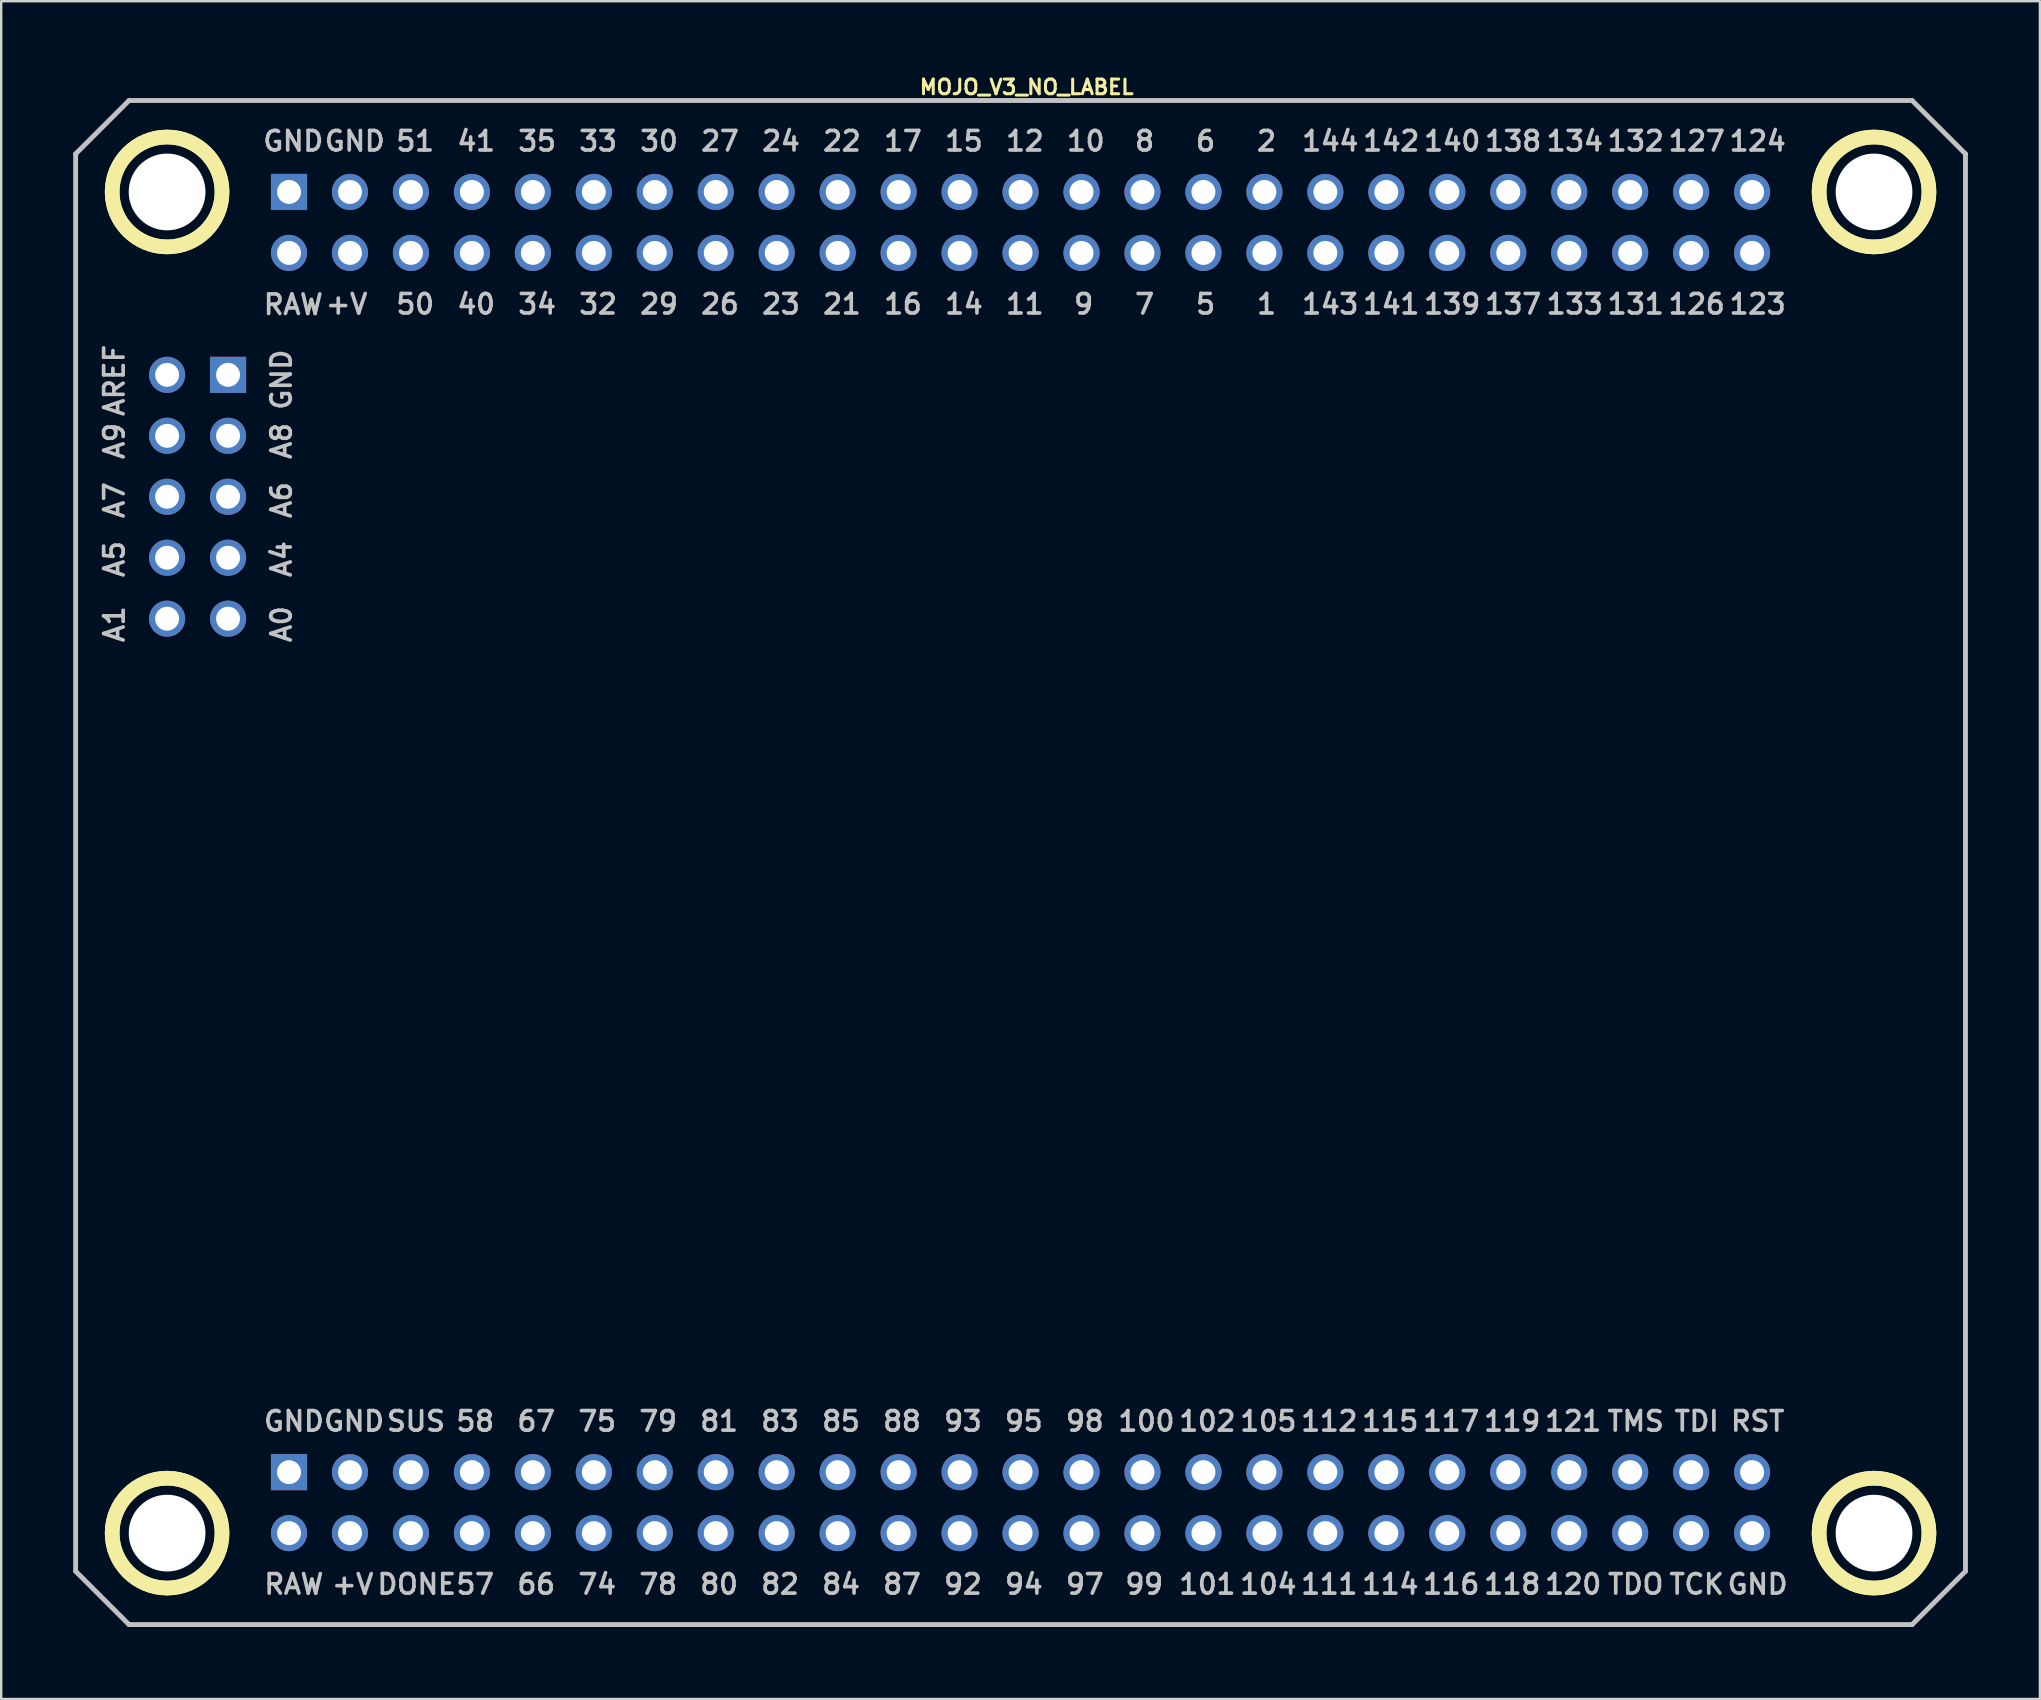
<source format=kicad_pcb>
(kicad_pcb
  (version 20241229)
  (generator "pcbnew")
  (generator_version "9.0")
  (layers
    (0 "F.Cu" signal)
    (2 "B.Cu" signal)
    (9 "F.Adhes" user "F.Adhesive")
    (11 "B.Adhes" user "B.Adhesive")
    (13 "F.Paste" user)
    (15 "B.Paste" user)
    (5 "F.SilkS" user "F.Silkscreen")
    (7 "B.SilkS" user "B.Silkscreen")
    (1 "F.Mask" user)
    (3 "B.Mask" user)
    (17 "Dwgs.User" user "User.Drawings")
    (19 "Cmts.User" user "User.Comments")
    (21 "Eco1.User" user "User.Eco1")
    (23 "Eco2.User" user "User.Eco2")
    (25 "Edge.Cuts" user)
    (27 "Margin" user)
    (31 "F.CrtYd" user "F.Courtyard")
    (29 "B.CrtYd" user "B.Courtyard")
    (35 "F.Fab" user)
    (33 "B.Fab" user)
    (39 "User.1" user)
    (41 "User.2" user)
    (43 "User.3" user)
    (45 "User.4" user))
  (footprint "MOJO_V3_NO_LABEL"
    (layer "F.Cu")
    (at 38.202 34.158)
    (property "Reference" "MOJO_V3_NO_LABEL" (at 1.524 -33.579 0) (layer "F.SilkS") (effects (font (size 0.61 0.61) (thickness 0.127))))
    (attr exclude_from_pos_files exclude_from_bom)
    (fp_circle (center -34.29 -29.21) (end -34.29 -31.499) (stroke (width 0.61) (type solid)) (fill no) (layer "F.SilkS"))
    (fp_circle (center -34.29 -29.21) (end -34.29 -31.499) (stroke (width 0.61) (type solid)) (fill no) (layer "F.SilkS"))
    (fp_circle (center -34.29 26.67) (end -34.29 24.381) (stroke (width 0.61) (type solid)) (fill no) (layer "F.SilkS"))
    (fp_circle (center -34.29 26.67) (end -34.29 24.381) (stroke (width 0.61) (type solid)) (fill no) (layer "F.SilkS"))
    (fp_circle (center 36.83 -29.21) (end 36.83 -31.499) (stroke (width 0.61) (type solid)) (fill no) (layer "F.SilkS"))
    (fp_circle (center 36.83 -29.21) (end 36.83 -31.499) (stroke (width 0.61) (type solid)) (fill no) (layer "F.SilkS"))
    (fp_circle (center 36.83 26.67) (end 36.83 24.381) (stroke (width 0.61) (type solid)) (fill no) (layer "F.SilkS"))
    (fp_circle (center 36.83 26.67) (end 36.83 24.381) (stroke (width 0.61) (type solid)) (fill no) (layer "F.SilkS"))
    (fp_line (start -38.1 -30.797) (end -38.1 28.258) (stroke (width 0.203) (type solid)) (layer "Dwgs.User"))
    (fp_line (start -38.1 28.258) (end -35.877 30.48) (stroke (width 0.203) (type solid)) (layer "Dwgs.User"))
    (fp_line (start -35.877 -33.02) (end -38.1 -30.797) (stroke (width 0.203) (type solid)) (layer "Dwgs.User"))
    (fp_line (start -35.877 30.48) (end 38.417 30.48) (stroke (width 0.203) (type solid)) (layer "Dwgs.User"))
    (fp_line (start 38.417 -33.02) (end -35.877 -33.02) (stroke (width 0.203) (type solid)) (layer "Dwgs.User"))
    (fp_line (start 38.417 30.48) (end 40.64 28.258) (stroke (width 0.203) (type solid)) (layer "Dwgs.User"))
    (fp_line (start 40.64 -30.797) (end 38.417 -33.02) (stroke (width 0.203) (type solid)) (layer "Dwgs.User"))
    (fp_line (start 40.64 28.258) (end 40.64 -30.797) (stroke (width 0.203) (type solid)) (layer "Dwgs.User"))
    (fp_text user "A5" (at -36.49 -13.912 270) (layer "Dwgs.User") (effects (font (size 0.813 0.813) (thickness 0.152))))
    (fp_text user "95" (at 1.407 22.009 0) (layer "Dwgs.User") (effects (font (size 0.813 0.813) (thickness 0.152))))
    (fp_text user "A6" (at -29.527 -16.37 270) (layer "Dwgs.User") (effects (font (size 0.813 0.813) (thickness 0.152))))
    (fp_text user "TDI" (at 29.441 22.009 0) (layer "Dwgs.User") (effects (font (size 0.813 0.813) (thickness 0.152))))
    (fp_text user "143" (at 14.173 -24.536 0) (layer "Dwgs.User") (effects (font (size 0.813 0.813) (thickness 0.152))))
    (fp_text user "21" (at -6.172 -24.536 0) (layer "Dwgs.User") (effects (font (size 0.813 0.813) (thickness 0.152))))
    (fp_text user "67" (at -18.91 22.009 0) (layer "Dwgs.User") (effects (font (size 0.813 0.813) (thickness 0.152))))
    (fp_text user "84" (at -6.21 28.801 0) (layer "Dwgs.User") (effects (font (size 0.813 0.813) (thickness 0.152))))
    (fp_text user "81" (at -11.29 22.009 0) (layer "Dwgs.User") (effects (font (size 0.813 0.813) (thickness 0.152))))
    (fp_text user "66" (at -18.91 28.801 0) (layer "Dwgs.User") (effects (font (size 0.813 0.813) (thickness 0.152))))
    (fp_text user "1" (at 11.519 -24.536 0) (layer "Dwgs.User") (effects (font (size 0.813 0.813) (thickness 0.152))))
    (fp_text user "GND" (at -29.004 22.009 0) (layer "Dwgs.User") (effects (font (size 0.813 0.813) (thickness 0.152))))
    (fp_text user "2" (at 11.519 -31.328 0) (layer "Dwgs.User") (effects (font (size 0.813 0.813) (thickness 0.152))))
    (fp_text user "134" (at 24.361 -31.328 0) (layer "Dwgs.User") (effects (font (size 0.813 0.813) (thickness 0.152))))
    (fp_text user "7" (at 6.439 -24.536 0) (layer "Dwgs.User") (effects (font (size 0.813 0.813) (thickness 0.152))))
    (fp_text user "A1" (at -36.49 -11.201 270) (layer "Dwgs.User") (effects (font (size 0.813 0.813) (thickness 0.152))))
    (fp_text user "123" (at 31.981 -24.536 0) (layer "Dwgs.User") (effects (font (size 0.813 0.813) (thickness 0.152))))
    (fp_text user "A8" (at -29.527 -18.832 270) (layer "Dwgs.User") (effects (font (size 0.813 0.813) (thickness 0.152))))
    (fp_text user "12" (at 1.448 -31.328 0) (layer "Dwgs.User") (effects (font (size 0.813 0.813) (thickness 0.152))))
    (fp_text user "51" (at -23.952 -31.328 0) (layer "Dwgs.User") (effects (font (size 0.813 0.813) (thickness 0.152))))
    (fp_text user "140" (at 19.253 -31.328 0) (layer "Dwgs.User") (effects (font (size 0.813 0.813) (thickness 0.152))))
    (fp_text user "GND" (at -29.527 -21.389 270) (layer "Dwgs.User") (effects (font (size 0.813 0.813) (thickness 0.152))))
    (fp_text user "30" (at -13.792 -31.328 0) (layer "Dwgs.User") (effects (font (size 0.813 0.813) (thickness 0.152))))
    (fp_text user "114" (at 16.673 28.801 0) (layer "Dwgs.User") (effects (font (size 0.813 0.813) (thickness 0.152))))
    (fp_text user "112" (at 14.133 22.009 0) (layer "Dwgs.User") (effects (font (size 0.813 0.813) (thickness 0.152))))
    (fp_text user "DONE" (at -23.889 28.801 0) (layer "Dwgs.User") (effects (font (size 0.813 0.813) (thickness 0.152))))
    (fp_text user "RAW" (at -29.032 -24.516 0) (layer "Dwgs.User") (effects (font (size 0.813 0.813) (thickness 0.152))))
    (fp_text user "137" (at 21.793 -24.536 0) (layer "Dwgs.User") (effects (font (size 0.813 0.813) (thickness 0.152))))
    (fp_text user "127" (at 29.441 -31.328 0) (layer "Dwgs.User") (effects (font (size 0.813 0.813) (thickness 0.152))))
    (fp_text user "50" (at -23.952 -24.536 0) (layer "Dwgs.User") (effects (font (size 0.813 0.813) (thickness 0.152))))
    (fp_text user "AREF" (at -36.49 -21.359 270) (layer "Dwgs.User") (effects (font (size 0.813 0.813) (thickness 0.152))))
    (fp_text user "+V" (at -26.558 28.801 0) (layer "Dwgs.User") (effects (font (size 0.813 0.813) (thickness 0.152))))
    (fp_text user "93" (at -1.13 22.009 0) (layer "Dwgs.User") (effects (font (size 0.813 0.813) (thickness 0.152))))
    (fp_text user "GND" (at -29.032 -31.328 0) (layer "Dwgs.User") (effects (font (size 0.813 0.813) (thickness 0.152))))
    (fp_text user "141" (at 16.713 -24.536 0) (layer "Dwgs.User") (effects (font (size 0.813 0.813) (thickness 0.152))))
    (fp_text user "GND" (at -26.469 -31.328 0) (layer "Dwgs.User") (effects (font (size 0.813 0.813) (thickness 0.152))))
    (fp_text user "94" (at 1.407 28.801 0) (layer "Dwgs.User") (effects (font (size 0.813 0.813) (thickness 0.152))))
    (fp_text user "29" (at -13.792 -24.536 0) (layer "Dwgs.User") (effects (font (size 0.813 0.813) (thickness 0.152))))
    (fp_text user "82" (at -8.75 28.801 0) (layer "Dwgs.User") (effects (font (size 0.813 0.813) (thickness 0.152))))
    (fp_text user "57" (at -21.45 28.801 0) (layer "Dwgs.User") (effects (font (size 0.813 0.813) (thickness 0.152))))
    (fp_text user "80" (at -11.29 28.801 0) (layer "Dwgs.User") (effects (font (size 0.813 0.813) (thickness 0.152))))
    (fp_text user "115" (at 16.673 22.009 0) (layer "Dwgs.User") (effects (font (size 0.813 0.813) (thickness 0.152))))
    (fp_text user "6" (at 8.979 -31.328 0) (layer "Dwgs.User") (effects (font (size 0.813 0.813) (thickness 0.152))))
    (fp_text user "101" (at 9.053 28.801 0) (layer "Dwgs.User") (effects (font (size 0.813 0.813) (thickness 0.152))))
    (fp_text user "22" (at -6.172 -31.328 0) (layer "Dwgs.User") (effects (font (size 0.813 0.813) (thickness 0.152))))
    (fp_text user "87" (at -3.67 28.801 0) (layer "Dwgs.User") (effects (font (size 0.813 0.813) (thickness 0.152))))
    (fp_text user "10" (at 3.988 -31.328 0) (layer "Dwgs.User") (effects (font (size 0.813 0.813) (thickness 0.152))))
    (fp_text user "+V" (at -26.81 -24.536 0) (layer "Dwgs.User") (effects (font (size 0.813 0.813) (thickness 0.152))))
    (fp_text user "41" (at -21.412 -31.328 0) (layer "Dwgs.User") (effects (font (size 0.813 0.813) (thickness 0.152))))
    (fp_text user "SUS" (at -23.919 22.009 0) (layer "Dwgs.User") (effects (font (size 0.813 0.813) (thickness 0.152))))
    (fp_text user "97" (at 3.947 28.801 0) (layer "Dwgs.User") (effects (font (size 0.813 0.813) (thickness 0.152))))
    (fp_text user "144" (at 14.173 -31.328 0) (layer "Dwgs.User") (effects (font (size 0.813 0.813) (thickness 0.152))))
    (fp_text user "11" (at 1.448 -24.536 0) (layer "Dwgs.User") (effects (font (size 0.813 0.813) (thickness 0.152))))
    (fp_text user "9" (at 3.899 -24.536 0) (layer "Dwgs.User") (effects (font (size 0.813 0.813) (thickness 0.152))))
    (fp_text user "27" (at -11.252 -31.328 0) (layer "Dwgs.User") (effects (font (size 0.813 0.813) (thickness 0.152))))
    (fp_text user "15" (at -1.09 -31.328 0) (layer "Dwgs.User") (effects (font (size 0.813 0.813) (thickness 0.152))))
    (fp_text user "120" (at 24.293 28.801 0) (layer "Dwgs.User") (effects (font (size 0.813 0.813) (thickness 0.152))))
    (fp_text user "26" (at -11.252 -24.536 0) (layer "Dwgs.User") (effects (font (size 0.813 0.813) (thickness 0.152))))
    (fp_text user "78" (at -13.83 28.801 0) (layer "Dwgs.User") (effects (font (size 0.813 0.813) (thickness 0.152))))
    (fp_text user "33" (at -16.332 -31.328 0) (layer "Dwgs.User") (effects (font (size 0.813 0.813) (thickness 0.152))))
    (fp_text user "126" (at 29.441 -24.536 0) (layer "Dwgs.User") (effects (font (size 0.813 0.813) (thickness 0.152))))
    (fp_text user "74" (at -16.37 28.801 0) (layer "Dwgs.User") (effects (font (size 0.813 0.813) (thickness 0.152))))
    (fp_text user "98" (at 3.947 22.009 0) (layer "Dwgs.User") (effects (font (size 0.813 0.813) (thickness 0.152))))
    (fp_text user "A0" (at -29.527 -11.201 270) (layer "Dwgs.User") (effects (font (size 0.813 0.813) (thickness 0.152))))
    (fp_text user "TMS" (at 26.901 22.009 0) (layer "Dwgs.User") (effects (font (size 0.813 0.813) (thickness 0.152))))
    (fp_text user "8" (at 6.439 -31.328 0) (layer "Dwgs.User") (effects (font (size 0.813 0.813) (thickness 0.152))))
    (fp_text user "83" (at -8.75 22.009 0) (layer "Dwgs.User") (effects (font (size 0.813 0.813) (thickness 0.152))))
    (fp_text user "139" (at 19.253 -24.536 0) (layer "Dwgs.User") (effects (font (size 0.813 0.813) (thickness 0.152))))
    (fp_text user "105" (at 11.593 22.009 0) (layer "Dwgs.User") (effects (font (size 0.813 0.813) (thickness 0.152))))
    (fp_text user "88" (at -3.67 22.009 0) (layer "Dwgs.User") (effects (font (size 0.813 0.813) (thickness 0.152))))
    (fp_text user "40" (at -21.412 -24.536 0) (layer "Dwgs.User") (effects (font (size 0.813 0.813) (thickness 0.152))))
    (fp_text user "17" (at -3.63 -31.328 0) (layer "Dwgs.User") (effects (font (size 0.813 0.813) (thickness 0.152))))
    (fp_text user "14" (at -1.09 -24.536 0) (layer "Dwgs.User") (effects (font (size 0.813 0.813) (thickness 0.152))))
    (fp_text user "24" (at -8.712 -31.328 0) (layer "Dwgs.User") (effects (font (size 0.813 0.813) (thickness 0.152))))
    (fp_text user "A7" (at -36.49 -16.37 270) (layer "Dwgs.User") (effects (font (size 0.813 0.813) (thickness 0.152))))
    (fp_text user "32" (at -16.332 -24.536 0) (layer "Dwgs.User") (effects (font (size 0.813 0.813) (thickness 0.152))))
    (fp_text user "121" (at 24.293 22.009 0) (layer "Dwgs.User") (effects (font (size 0.813 0.813) (thickness 0.152))))
    (fp_text user "A4" (at -29.527 -13.912 270) (layer "Dwgs.User") (effects (font (size 0.813 0.813) (thickness 0.152))))
    (fp_text user "124" (at 31.981 -31.328 0) (layer "Dwgs.User") (effects (font (size 0.813 0.813) (thickness 0.152))))
    (fp_text user "23" (at -8.712 -24.536 0) (layer "Dwgs.User") (effects (font (size 0.813 0.813) (thickness 0.152))))
    (fp_text user "100" (at 6.513 22.009 0) (layer "Dwgs.User") (effects (font (size 0.813 0.813) (thickness 0.152))))
    (fp_text user "34" (at -18.872 -24.536 0) (layer "Dwgs.User") (effects (font (size 0.813 0.813) (thickness 0.152))))
    (fp_text user "92" (at -1.13 28.801 0) (layer "Dwgs.User") (effects (font (size 0.813 0.813) (thickness 0.152))))
    (fp_text user "116" (at 19.213 28.801 0) (layer "Dwgs.User") (effects (font (size 0.813 0.813) (thickness 0.152))))
    (fp_text user "142" (at 16.713 -31.328 0) (layer "Dwgs.User") (effects (font (size 0.813 0.813) (thickness 0.152))))
    (fp_text user "111" (at 14.133 28.801 0) (layer "Dwgs.User") (effects (font (size 0.813 0.813) (thickness 0.152))))
    (fp_text user "102" (at 9.053 22.009 0) (layer "Dwgs.User") (effects (font (size 0.813 0.813) (thickness 0.152))))
    (fp_text user "5" (at 8.979 -24.536 0) (layer "Dwgs.User") (effects (font (size 0.813 0.813) (thickness 0.152))))
    (fp_text user "RAW" (at -29.009 28.801 0) (layer "Dwgs.User") (effects (font (size 0.813 0.813) (thickness 0.152))))
    (fp_text user "TDO" (at 26.901 28.801 0) (layer "Dwgs.User") (effects (font (size 0.813 0.813) (thickness 0.152))))
    (fp_text user "A9" (at -36.49 -18.832 270) (layer "Dwgs.User") (effects (font (size 0.813 0.813) (thickness 0.152))))
    (fp_text user "99" (at 6.424 28.801 0) (layer "Dwgs.User") (effects (font (size 0.813 0.813) (thickness 0.152))))
    (fp_text user "104" (at 11.593 28.801 0) (layer "Dwgs.User") (effects (font (size 0.813 0.813) (thickness 0.152))))
    (fp_text user "79" (at -13.83 22.009 0) (layer "Dwgs.User") (effects (font (size 0.813 0.813) (thickness 0.152))))
    (fp_text user "117" (at 19.213 22.009 0) (layer "Dwgs.User") (effects (font (size 0.813 0.813) (thickness 0.152))))
    (fp_text user "75" (at -16.37 22.009 0) (layer "Dwgs.User") (effects (font (size 0.813 0.813) (thickness 0.152))))
    (fp_text user "GND" (at -26.497 22.009 0) (layer "Dwgs.User") (effects (font (size 0.813 0.813) (thickness 0.152))))
    (fp_text user "119" (at 21.753 22.009 0) (layer "Dwgs.User") (effects (font (size 0.813 0.813) (thickness 0.152))))
    (fp_text user "GND" (at 31.981 28.801 0) (layer "Dwgs.User") (effects (font (size 0.813 0.813) (thickness 0.152))))
    (fp_text user "85" (at -6.21 22.009 0) (layer "Dwgs.User") (effects (font (size 0.813 0.813) (thickness 0.152))))
    (fp_text user "58" (at -21.45 22.009 0) (layer "Dwgs.User") (effects (font (size 0.813 0.813) (thickness 0.152))))
    (fp_text user "131" (at 26.901 -24.536 0) (layer "Dwgs.User") (effects (font (size 0.813 0.813) (thickness 0.152))))
    (fp_text user "133" (at 24.361 -24.536 0) (layer "Dwgs.User") (effects (font (size 0.813 0.813) (thickness 0.152))))
    (fp_text user "TCK" (at 29.441 28.801 0) (layer "Dwgs.User") (effects (font (size 0.813 0.813) (thickness 0.152))))
    (fp_text user "118" (at 21.753 28.801 0) (layer "Dwgs.User") (effects (font (size 0.813 0.813) (thickness 0.152))))
    (fp_text user "138" (at 21.793 -31.328 0) (layer "Dwgs.User") (effects (font (size 0.813 0.813) (thickness 0.152))))
    (fp_text user "RST" (at 31.981 22.009 0) (layer "Dwgs.User") (effects (font (size 0.813 0.813) (thickness 0.152))))
    (fp_text user "16" (at -3.63 -24.536 0) (layer "Dwgs.User") (effects (font (size 0.813 0.813) (thickness 0.152))))
    (fp_text user "35" (at -18.872 -31.328 0) (layer "Dwgs.User") (effects (font (size 0.813 0.813) (thickness 0.152))))
    (fp_text user "132" (at 26.901 -31.328 0) (layer "Dwgs.User") (effects (font (size 0.813 0.813) (thickness 0.152))))
    (pad "" np_thru_hole circle (at -34.29 -29.21) (size 3.198 3.198) (drill 3.198) (layers "*.Cu" "*.Mask"))
    (pad "" np_thru_hole circle (at -34.29 26.67) (size 3.198 3.198) (drill 3.198) (layers "*.Cu" "*.Mask"))
    (pad "" np_thru_hole circle (at 36.83 -29.21) (size 3.198 3.198) (drill 3.198) (layers "*.Cu" "*.Mask"))
    (pad "" np_thru_hole circle (at 36.83 26.67) (size 3.198 3.198) (drill 3.198) (layers "*.Cu" "*.Mask"))
    (pad "1" thru_hole circle (at 11.43 -26.67) (size 1.506 1.506) (drill 0.998) (layers "*.Cu" "*.Paste" "*.Mask"))
    (pad "2" thru_hole circle (at 11.43 -29.21) (size 1.506 1.506) (drill 0.998) (layers "*.Cu" "*.Paste" "*.Mask"))
    (pad "5" thru_hole circle (at 8.89 -26.67) (size 1.506 1.506) (drill 0.998) (layers "*.Cu" "*.Paste" "*.Mask"))
    (pad "6" thru_hole circle (at 8.89 -29.21) (size 1.506 1.506) (drill 0.998) (layers "*.Cu" "*.Paste" "*.Mask"))
    (pad "7" thru_hole circle (at 6.35 -26.67) (size 1.506 1.506) (drill 0.998) (layers "*.Cu" "*.Paste" "*.Mask"))
    (pad "8" thru_hole circle (at 6.35 -29.21) (size 1.506 1.506) (drill 0.998) (layers "*.Cu" "*.Paste" "*.Mask"))
    (pad "9" thru_hole circle (at 3.81 -26.67) (size 1.506 1.506) (drill 0.998) (layers "*.Cu" "*.Paste" "*.Mask"))
    (pad "10" thru_hole circle (at 3.81 -29.21) (size 1.506 1.506) (drill 0.998) (layers "*.Cu" "*.Paste" "*.Mask"))
    (pad "11" thru_hole circle (at 1.27 -26.67) (size 1.506 1.506) (drill 0.998) (layers "*.Cu" "*.Paste" "*.Mask"))
    (pad "12" thru_hole circle (at 1.27 -29.21) (size 1.506 1.506) (drill 0.998) (layers "*.Cu" "*.Paste" "*.Mask"))
    (pad "14" thru_hole circle (at -1.27 -26.67) (size 1.506 1.506) (drill 0.998) (layers "*.Cu" "*.Paste" "*.Mask"))
    (pad "15" thru_hole circle (at -1.27 -29.21) (size 1.506 1.506) (drill 0.998) (layers "*.Cu" "*.Paste" "*.Mask"))
    (pad "16" thru_hole circle (at -3.81 -26.67) (size 1.506 1.506) (drill 0.998) (layers "*.Cu" "*.Paste" "*.Mask"))
    (pad "17" thru_hole circle (at -3.81 -29.21) (size 1.506 1.506) (drill 0.998) (layers "*.Cu" "*.Paste" "*.Mask"))
    (pad "21" thru_hole circle (at -6.35 -26.67) (size 1.506 1.506) (drill 0.998) (layers "*.Cu" "*.Paste" "*.Mask"))
    (pad "22" thru_hole circle (at -6.35 -29.21) (size 1.506 1.506) (drill 0.998) (layers "*.Cu" "*.Paste" "*.Mask"))
    (pad "23" thru_hole circle (at -8.89 -26.67) (size 1.506 1.506) (drill 0.998) (layers "*.Cu" "*.Paste" "*.Mask"))
    (pad "24" thru_hole circle (at -8.89 -29.21) (size 1.506 1.506) (drill 0.998) (layers "*.Cu" "*.Paste" "*.Mask"))
    (pad "26" thru_hole circle (at -11.43 -26.67) (size 1.506 1.506) (drill 0.998) (layers "*.Cu" "*.Paste" "*.Mask"))
    (pad "27" thru_hole circle (at -11.43 -29.21) (size 1.506 1.506) (drill 0.998) (layers "*.Cu" "*.Paste" "*.Mask"))
    (pad "29" thru_hole circle (at -13.97 -26.67) (size 1.506 1.506) (drill 0.998) (layers "*.Cu" "*.Paste" "*.Mask"))
    (pad "30" thru_hole circle (at -13.97 -29.21) (size 1.506 1.506) (drill 0.998) (layers "*.Cu" "*.Paste" "*.Mask"))
    (pad "32" thru_hole circle (at -16.51 -26.67) (size 1.506 1.506) (drill 0.998) (layers "*.Cu" "*.Paste" "*.Mask"))
    (pad "33" thru_hole circle (at -16.51 -29.21) (size 1.506 1.506) (drill 0.998) (layers "*.Cu" "*.Paste" "*.Mask"))
    (pad "34" thru_hole circle (at -19.05 -26.67) (size 1.506 1.506) (drill 0.998) (layers "*.Cu" "*.Paste" "*.Mask"))
    (pad "35" thru_hole circle (at -19.05 -29.21) (size 1.506 1.506) (drill 0.998) (layers "*.Cu" "*.Paste" "*.Mask"))
    (pad "40" thru_hole circle (at -21.59 -26.67) (size 1.506 1.506) (drill 0.998) (layers "*.Cu" "*.Paste" "*.Mask"))
    (pad "41" thru_hole circle (at -21.59 -29.21) (size 1.506 1.506) (drill 0.998) (layers "*.Cu" "*.Paste" "*.Mask"))
    (pad "50" thru_hole circle (at -24.13 -26.67) (size 1.506 1.506) (drill 0.998) (layers "*.Cu" "*.Paste" "*.Mask"))
    (pad "51" thru_hole circle (at -24.13 -29.21) (size 1.506 1.506) (drill 0.998) (layers "*.Cu" "*.Paste" "*.Mask"))
    (pad "57" thru_hole circle (at -21.59 26.67) (size 1.506 1.506) (drill 0.998) (layers "*.Cu" "*.Paste" "*.Mask"))
    (pad "58" thru_hole circle (at -21.59 24.13) (size 1.506 1.506) (drill 0.998) (layers "*.Cu" "*.Paste" "*.Mask"))
    (pad "66" thru_hole circle (at -19.05 26.67) (size 1.506 1.506) (drill 0.998) (layers "*.Cu" "*.Paste" "*.Mask"))
    (pad "67" thru_hole circle (at -19.05 24.13) (size 1.506 1.506) (drill 0.998) (layers "*.Cu" "*.Paste" "*.Mask"))
    (pad "74" thru_hole circle (at -16.51 26.67) (size 1.506 1.506) (drill 0.998) (layers "*.Cu" "*.Paste" "*.Mask"))
    (pad "75" thru_hole circle (at -16.51 24.13) (size 1.506 1.506) (drill 0.998) (layers "*.Cu" "*.Paste" "*.Mask"))
    (pad "78" thru_hole circle (at -13.97 26.67) (size 1.506 1.506) (drill 0.998) (layers "*.Cu" "*.Paste" "*.Mask"))
    (pad "79" thru_hole circle (at -13.97 24.13) (size 1.506 1.506) (drill 0.998) (layers "*.Cu" "*.Paste" "*.Mask"))
    (pad "80" thru_hole circle (at -11.43 26.67) (size 1.506 1.506) (drill 0.998) (layers "*.Cu" "*.Paste" "*.Mask"))
    (pad "81" thru_hole circle (at -11.43 24.13) (size 1.506 1.506) (drill 0.998) (layers "*.Cu" "*.Paste" "*.Mask"))
    (pad "82" thru_hole circle (at -8.89 26.67) (size 1.506 1.506) (drill 0.998) (layers "*.Cu" "*.Paste" "*.Mask"))
    (pad "83" thru_hole circle (at -8.89 24.13) (size 1.506 1.506) (drill 0.998) (layers "*.Cu" "*.Paste" "*.Mask"))
    (pad "84" thru_hole circle (at -6.35 26.67) (size 1.506 1.506) (drill 0.998) (layers "*.Cu" "*.Paste" "*.Mask"))
    (pad "85" thru_hole circle (at -6.35 24.13) (size 1.506 1.506) (drill 0.998) (layers "*.Cu" "*.Paste" "*.Mask"))
    (pad "87" thru_hole circle (at -3.81 26.67) (size 1.506 1.506) (drill 0.998) (layers "*.Cu" "*.Paste" "*.Mask"))
    (pad "88" thru_hole circle (at -3.81 24.13) (size 1.506 1.506) (drill 0.998) (layers "*.Cu" "*.Paste" "*.Mask"))
    (pad "92" thru_hole circle (at -1.27 26.67) (size 1.506 1.506) (drill 0.998) (layers "*.Cu" "*.Paste" "*.Mask"))
    (pad "93" thru_hole circle (at -1.27 24.13) (size 1.506 1.506) (drill 0.998) (layers "*.Cu" "*.Paste" "*.Mask"))
    (pad "94" thru_hole circle (at 1.27 26.67) (size 1.506 1.506) (drill 0.998) (layers "*.Cu" "*.Paste" "*.Mask"))
    (pad "95" thru_hole circle (at 1.27 24.13) (size 1.506 1.506) (drill 0.998) (layers "*.Cu" "*.Paste" "*.Mask"))
    (pad "97" thru_hole circle (at 3.81 26.67) (size 1.506 1.506) (drill 0.998) (layers "*.Cu" "*.Paste" "*.Mask"))
    (pad "98" thru_hole circle (at 3.81 24.13) (size 1.506 1.506) (drill 0.998) (layers "*.Cu" "*.Paste" "*.Mask"))
    (pad "99" thru_hole circle (at 6.35 26.67) (size 1.506 1.506) (drill 0.998) (layers "*.Cu" "*.Paste" "*.Mask"))
    (pad "100" thru_hole circle (at 6.35 24.13) (size 1.506 1.506) (drill 0.998) (layers "*.Cu" "*.Paste" "*.Mask"))
    (pad "101" thru_hole circle (at 8.89 26.67) (size 1.506 1.506) (drill 0.998) (layers "*.Cu" "*.Paste" "*.Mask"))
    (pad "102" thru_hole circle (at 8.89 24.13) (size 1.506 1.506) (drill 0.998) (layers "*.Cu" "*.Paste" "*.Mask"))
    (pad "104" thru_hole circle (at 11.43 26.67) (size 1.506 1.506) (drill 0.998) (layers "*.Cu" "*.Paste" "*.Mask"))
    (pad "105" thru_hole circle (at 11.43 24.13) (size 1.506 1.506) (drill 0.998) (layers "*.Cu" "*.Paste" "*.Mask"))
    (pad "111" thru_hole circle (at 13.97 26.67) (size 1.506 1.506) (drill 0.998) (layers "*.Cu" "*.Paste" "*.Mask"))
    (pad "112" thru_hole circle (at 13.97 24.13) (size 1.506 1.506) (drill 0.998) (layers "*.Cu" "*.Paste" "*.Mask"))
    (pad "114" thru_hole circle (at 16.51 26.67) (size 1.506 1.506) (drill 0.998) (layers "*.Cu" "*.Paste" "*.Mask"))
    (pad "115" thru_hole circle (at 16.51 24.13) (size 1.506 1.506) (drill 0.998) (layers "*.Cu" "*.Paste" "*.Mask"))
    (pad "116" thru_hole circle (at 19.05 26.67) (size 1.506 1.506) (drill 0.998) (layers "*.Cu" "*.Paste" "*.Mask"))
    (pad "117" thru_hole circle (at 19.05 24.13) (size 1.506 1.506) (drill 0.998) (layers "*.Cu" "*.Paste" "*.Mask"))
    (pad "118" thru_hole circle (at 21.59 26.67) (size 1.506 1.506) (drill 0.998) (layers "*.Cu" "*.Paste" "*.Mask"))
    (pad "119" thru_hole circle (at 21.59 24.13) (size 1.506 1.506) (drill 0.998) (layers "*.Cu" "*.Paste" "*.Mask"))
    (pad "120" thru_hole circle (at 24.13 26.67) (size 1.506 1.506) (drill 0.998) (layers "*.Cu" "*.Paste" "*.Mask"))
    (pad "121" thru_hole circle (at 24.13 24.13) (size 1.506 1.506) (drill 0.998) (layers "*.Cu" "*.Paste" "*.Mask"))
    (pad "123" thru_hole circle (at 31.75 -26.67) (size 1.506 1.506) (drill 0.998) (layers "*.Cu" "*.Paste" "*.Mask"))
    (pad "124" thru_hole circle (at 31.75 -29.21) (size 1.506 1.506) (drill 0.998) (layers "*.Cu" "*.Paste" "*.Mask"))
    (pad "126" thru_hole circle (at 29.21 -26.67) (size 1.506 1.506) (drill 0.998) (layers "*.Cu" "*.Paste" "*.Mask"))
    (pad "127" thru_hole circle (at 29.21 -29.21) (size 1.506 1.506) (drill 0.998) (layers "*.Cu" "*.Paste" "*.Mask"))
    (pad "131" thru_hole circle (at 26.67 -26.67) (size 1.506 1.506) (drill 0.998) (layers "*.Cu" "*.Paste" "*.Mask"))
    (pad "132" thru_hole circle (at 26.67 -29.21) (size 1.506 1.506) (drill 0.998) (layers "*.Cu" "*.Paste" "*.Mask"))
    (pad "133" thru_hole circle (at 24.13 -26.67) (size 1.506 1.506) (drill 0.998) (layers "*.Cu" "*.Paste" "*.Mask"))
    (pad "134" thru_hole circle (at 24.13 -29.21) (size 1.506 1.506) (drill 0.998) (layers "*.Cu" "*.Paste" "*.Mask"))
    (pad "137" thru_hole circle (at 21.59 -26.67) (size 1.506 1.506) (drill 0.998) (layers "*.Cu" "*.Paste" "*.Mask"))
    (pad "138" thru_hole circle (at 21.59 -29.21) (size 1.506 1.506) (drill 0.998) (layers "*.Cu" "*.Paste" "*.Mask"))
    (pad "139" thru_hole circle (at 19.05 -26.67) (size 1.506 1.506) (drill 0.998) (layers "*.Cu" "*.Paste" "*.Mask"))
    (pad "140" thru_hole circle (at 19.05 -29.21) (size 1.506 1.506) (drill 0.998) (layers "*.Cu" "*.Paste" "*.Mask"))
    (pad "141" thru_hole circle (at 16.51 -26.67) (size 1.506 1.506) (drill 0.998) (layers "*.Cu" "*.Paste" "*.Mask"))
    (pad "142" thru_hole circle (at 16.51 -29.21) (size 1.506 1.506) (drill 0.998) (layers "*.Cu" "*.Paste" "*.Mask"))
    (pad "143" thru_hole circle (at 13.97 -26.67) (size 1.506 1.506) (drill 0.998) (layers "*.Cu" "*.Paste" "*.Mask"))
    (pad "144" thru_hole circle (at 13.97 -29.21) (size 1.506 1.506) (drill 0.998) (layers "*.Cu" "*.Paste" "*.Mask"))
    (pad "A0" thru_hole circle (at -31.75 -11.43) (size 1.506 1.506) (drill 0.998) (layers "*.Cu" "*.Paste" "*.Mask"))
    (pad "A1" thru_hole circle (at -34.29 -11.43) (size 1.506 1.506) (drill 0.998) (layers "*.Cu" "*.Paste" "*.Mask"))
    (pad "A4" thru_hole circle (at -31.75 -13.97) (size 1.506 1.506) (drill 0.998) (layers "*.Cu" "*.Paste" "*.Mask"))
    (pad "A5" thru_hole circle (at -34.29 -13.97) (size 1.506 1.506) (drill 0.998) (layers "*.Cu" "*.Paste" "*.Mask"))
    (pad "A6" thru_hole circle (at -31.75 -16.51) (size 1.506 1.506) (drill 0.998) (layers "*.Cu" "*.Paste" "*.Mask"))
    (pad "A7" thru_hole circle (at -34.29 -16.51) (size 1.506 1.506) (drill 0.998) (layers "*.Cu" "*.Paste" "*.Mask"))
    (pad "A8" thru_hole circle (at -31.75 -19.05) (size 1.506 1.506) (drill 0.998) (layers "*.Cu" "*.Paste" "*.Mask"))
    (pad "A9" thru_hole circle (at -34.29 -19.05) (size 1.506 1.506) (drill 0.998) (layers "*.Cu" "*.Paste" "*.Mask"))
    (pad "AREF" thru_hole circle (at -34.29 -21.59) (size 1.506 1.506) (drill 0.998) (layers "*.Cu" "*.Paste" "*.Mask"))
    (pad "DONE" thru_hole circle (at -24.13 26.67) (size 1.506 1.506) (drill 0.998) (layers "*.Cu" "*.Paste" "*.Mask"))
    (pad "GND@" thru_hole rect (at -31.75 -21.59) (size 1.506 1.506) (drill 0.998) (layers "*.Cu" "*.Paste" "*.Mask"))
    (pad "GND@" thru_hole rect (at -29.21 -29.21) (size 1.506 1.506) (drill 0.998) (layers "*.Cu" "*.Paste" "*.Mask"))
    (pad "GND@" thru_hole rect (at -29.21 24.13) (size 1.506 1.506) (drill 0.998) (layers "*.Cu" "*.Paste" "*.Mask"))
    (pad "GND@" thru_hole circle (at -26.67 -29.21) (size 1.506 1.506) (drill 0.998) (layers "*.Cu" "*.Paste" "*.Mask"))
    (pad "GND@" thru_hole circle (at -26.67 24.13) (size 1.506 1.506) (drill 0.998) (layers "*.Cu" "*.Paste" "*.Mask"))
    (pad "GND@" thru_hole circle (at 31.75 26.67) (size 1.506 1.506) (drill 0.998) (layers "*.Cu" "*.Paste" "*.Mask"))
    (pad "RAW@" thru_hole circle (at -29.21 -26.67) (size 1.506 1.506) (drill 0.998) (layers "*.Cu" "*.Paste" "*.Mask"))
    (pad "RAW@" thru_hole circle (at -29.21 26.67) (size 1.506 1.506) (drill 0.998) (layers "*.Cu" "*.Paste" "*.Mask"))
    (pad "RST" thru_hole circle (at 31.75 24.13) (size 1.506 1.506) (drill 0.998) (layers "*.Cu" "*.Paste" "*.Mask"))
    (pad "SUS" thru_hole circle (at -24.13 24.13) (size 1.506 1.506) (drill 0.998) (layers "*.Cu" "*.Paste" "*.Mask"))
    (pad "TCK" thru_hole circle (at 29.21 26.67) (size 1.506 1.506) (drill 0.998) (layers "*.Cu" "*.Paste" "*.Mask"))
    (pad "TDI" thru_hole circle (at 29.21 24.13) (size 1.506 1.506) (drill 0.998) (layers "*.Cu" "*.Paste" "*.Mask"))
    (pad "TDO" thru_hole circle (at 26.67 26.67) (size 1.506 1.506) (drill 0.998) (layers "*.Cu" "*.Paste" "*.Mask"))
    (pad "TMS" thru_hole circle (at 26.67 24.13) (size 1.506 1.506) (drill 0.998) (layers "*.Cu" "*.Paste" "*.Mask"))
    (pad "V@1" thru_hole circle (at -26.67 -26.67) (size 1.506 1.506) (drill 0.998) (layers "*.Cu" "*.Paste" "*.Mask"))
    (pad "V@2" thru_hole circle (at -26.67 26.67) (size 1.506 1.506) (drill 0.998) (layers "*.Cu" "*.Paste" "*.Mask")))
  (gr_rect
    (start -3 -3)
    (end 81.943 67.74)
    (stroke (width 0.1) (type default))
    (fill no)
    (layer "Edge.Cuts")))
</source>
